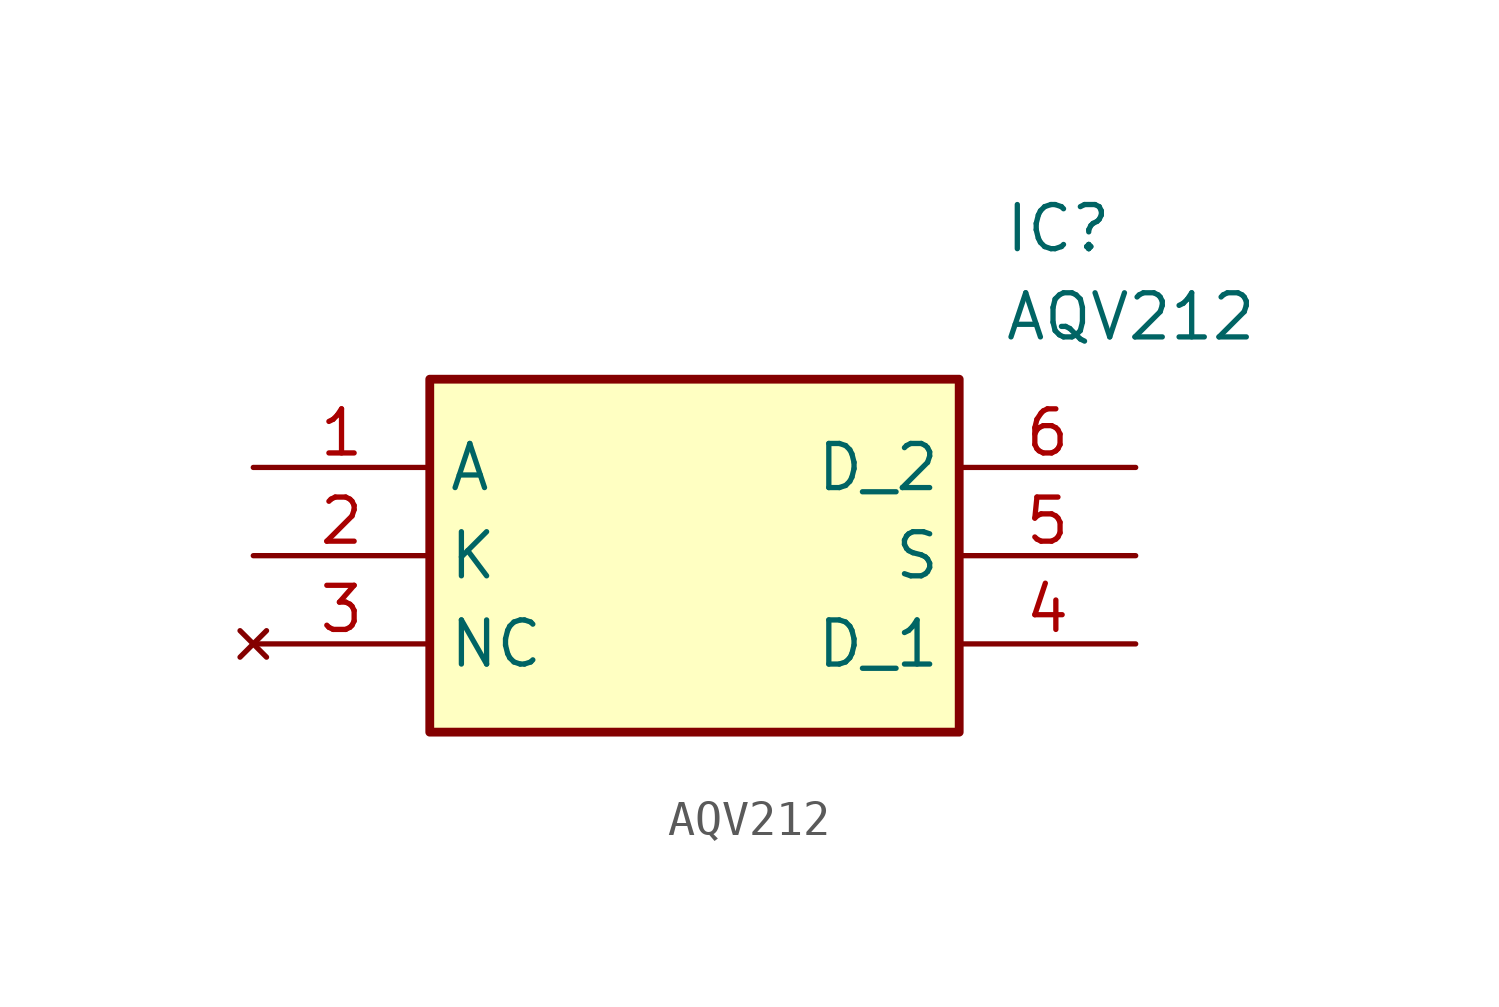
<source format=kicad_sym>
(kicad_symbol_lib
  (version 20211014)
  (generator SamacSys_ECAD_Model)
  (symbol "AQV212"
    (property "Reference" "IC"
      (at 21.59 7.62 0)
      (effects (font (size 1.27 1.27)) (justify left top)))
    (property "Value" "AQV212"
      (at 21.59 5.08 0)
      (effects (font (size 1.27 1.27)) (justify left top)))
    (rectangle
      (start 5.08 2.54)
      (end 20.32 -7.62)
      (stroke (width 0.254) (type default))
      (fill (type background)))
    (pin passive line
      (at 0 0 0)
      (length 5.08)
      (name "A" (effects (font (size 1.27 1.27))))
      (number "1" (effects (font (size 1.27 1.27)))))
    (pin passive line
      (at 0 -2.54 0)
      (length 5.08)
      (name "K" (effects (font (size 1.27 1.27))))
      (number "2" (effects (font (size 1.27 1.27)))))
    (pin no_connect line
      (at 0 -5.08 0)
      (length 5.08)
      (name "NC" (effects (font (size 1.27 1.27))))
      (number "3" (effects (font (size 1.27 1.27)))))
    (pin passive line
      (at 25.4 0 180)
      (length 5.08)
      (name "D_2" (effects (font (size 1.27 1.27))))
      (number "6" (effects (font (size 1.27 1.27)))))
    (pin passive line
      (at 25.4 -2.54 180)
      (length 5.08)
      (name "S" (effects (font (size 1.27 1.27))))
      (number "5" (effects (font (size 1.27 1.27)))))
    (pin passive line
      (at 25.4 -5.08 180)
      (length 5.08)
      (name "D_1" (effects (font (size 1.27 1.27))))
      (number "4" (effects (font (size 1.27 1.27)))))))
</source>
